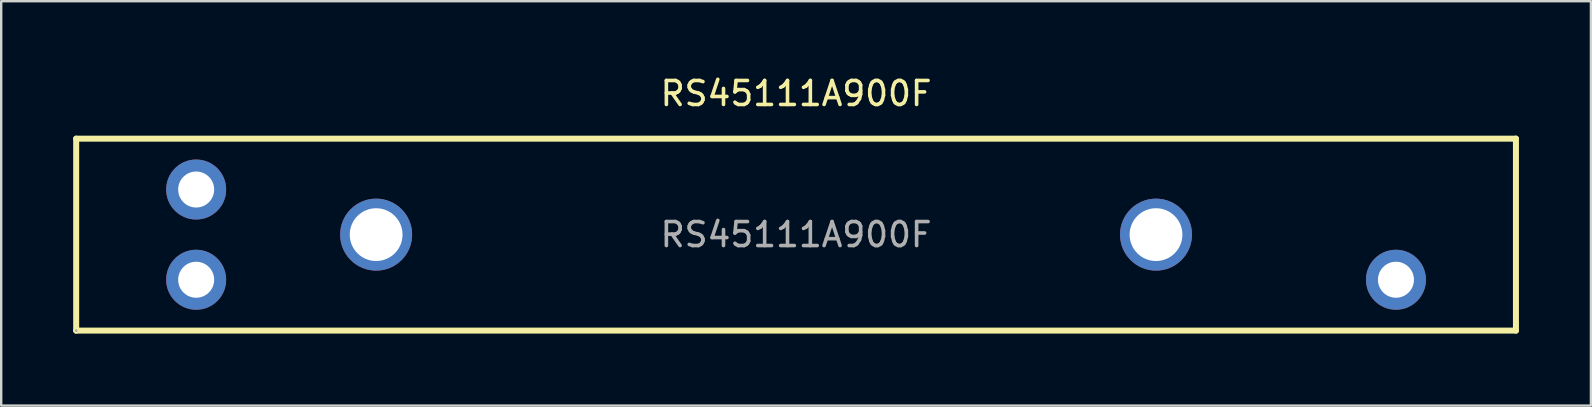
<source format=kicad_pcb>
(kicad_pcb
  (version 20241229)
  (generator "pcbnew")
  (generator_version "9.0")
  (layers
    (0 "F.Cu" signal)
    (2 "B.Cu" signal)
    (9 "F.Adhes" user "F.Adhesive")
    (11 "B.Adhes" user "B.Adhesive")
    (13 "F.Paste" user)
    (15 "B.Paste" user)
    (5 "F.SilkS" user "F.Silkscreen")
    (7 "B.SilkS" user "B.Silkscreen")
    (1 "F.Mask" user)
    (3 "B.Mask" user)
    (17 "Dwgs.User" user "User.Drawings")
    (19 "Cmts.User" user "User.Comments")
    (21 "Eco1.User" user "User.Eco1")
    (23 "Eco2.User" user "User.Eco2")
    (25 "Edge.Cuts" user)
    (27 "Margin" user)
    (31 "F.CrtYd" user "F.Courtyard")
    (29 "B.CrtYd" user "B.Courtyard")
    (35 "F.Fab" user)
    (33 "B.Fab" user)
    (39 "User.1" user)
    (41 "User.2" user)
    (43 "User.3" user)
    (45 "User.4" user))
  (footprint "RS45111A900F"
    (layer "F.Cu")
    (at 30.125 6.728)
    (property "Reference" "RS45111A900F" (at 0 -5.88 0) (layer "F.SilkS") (effects (font (size 1 1) (thickness 0.15))))
    (attr through_hole)
    (fp_line (start -30 -4) (end -30 4) (stroke (width 0.25) (type solid)) (layer "F.SilkS"))
    (fp_line (start -30 4) (end 30 4) (stroke (width 0.25) (type solid)) (layer "F.SilkS"))
    (fp_line (start 30 -4) (end -30 -4) (stroke (width 0.25) (type solid)) (layer "F.SilkS"))
    (fp_line (start 30 4) (end 30 -4) (stroke (width 0.25) (type solid)) (layer "F.SilkS"))
    (fp_circle (center -30 4) (end -29.97 4) (stroke (width 0.06) (type solid)) (fill no) (layer "F.Fab"))
    (fp_text user "${REFERENCE}" (at 0 0 0) (layer "F.Fab") (effects (font (size 1 1) (thickness 0.15))))
    (pad "1" thru_hole circle (at -25 1.88) (size 2.5 2.5) (drill 1.5) (layers "*.Cu" "*.Mask"))
    (pad "2" thru_hole circle (at -25 -1.88) (size 2.5 2.5) (drill 1.5) (layers "*.Cu" "*.Mask"))
    (pad "3" thru_hole circle (at 25 1.88) (size 2.5 2.5) (drill 1.5) (layers "*.Cu" "*.Mask"))
    (pad "MP" thru_hole circle (at -17.5 0) (size 3 3) (drill 2.2) (layers "*.Cu" "*.Mask"))
    (pad "MP" thru_hole circle (at 15 0) (size 3 3) (drill 2.2) (layers "*.Cu" "*.Mask")))
  (gr_rect
    (start -3 -3)
    (end 63.25 13.853)
    (stroke (width 0.1) (type default))
    (fill no)
    (layer "Edge.Cuts")))
</source>
